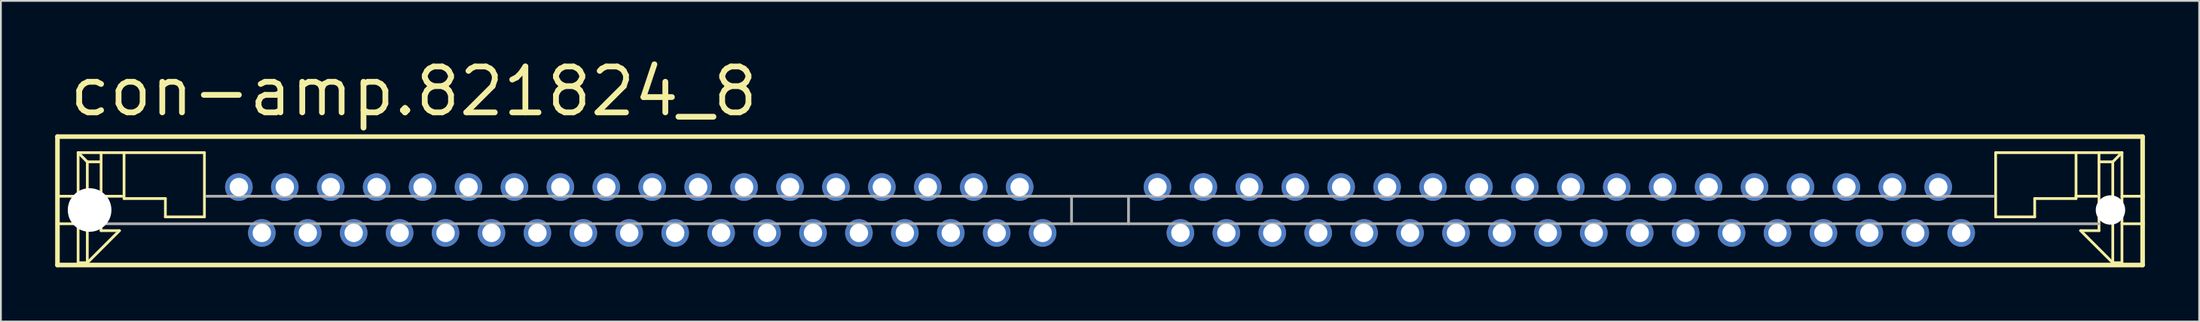
<source format=kicad_pcb>
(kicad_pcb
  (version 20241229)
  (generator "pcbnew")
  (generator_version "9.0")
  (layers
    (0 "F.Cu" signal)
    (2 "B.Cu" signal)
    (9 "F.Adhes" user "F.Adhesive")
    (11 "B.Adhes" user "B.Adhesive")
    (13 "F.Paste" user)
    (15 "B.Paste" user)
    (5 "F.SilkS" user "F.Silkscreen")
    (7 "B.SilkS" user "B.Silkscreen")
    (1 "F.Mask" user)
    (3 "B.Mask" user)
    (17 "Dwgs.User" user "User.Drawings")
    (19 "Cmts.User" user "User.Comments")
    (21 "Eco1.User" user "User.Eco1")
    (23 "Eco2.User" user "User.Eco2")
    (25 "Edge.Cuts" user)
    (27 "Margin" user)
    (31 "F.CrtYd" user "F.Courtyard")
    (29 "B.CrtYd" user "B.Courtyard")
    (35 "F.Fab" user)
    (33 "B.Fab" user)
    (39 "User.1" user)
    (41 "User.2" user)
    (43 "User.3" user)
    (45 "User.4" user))
  (footprint "con-amp.821824_8"
    (layer "F.Cu")
    (at 57.785 8.58)
    (property "Reference" "con-amp.821824_8" (at -57.15 -5.08 0) (layer "F.SilkS") (effects (font (size 2.54 2.54) (thickness 0.32)) (justify left bottom)))
    (attr through_hole)
    (fp_line (start -57.658 -4.064) (end 57.658 -4.064) (stroke (width 0.254) (type default)) (layer "F.SilkS"))
    (fp_line (start -57.658 -0.762) (end -56.515 -0.762) (stroke (width 0.152) (type default)) (layer "F.SilkS"))
    (fp_line (start -57.658 0.762) (end -56.515 0.762) (stroke (width 0.152) (type default)) (layer "F.SilkS"))
    (fp_line (start -57.658 3.048) (end -57.658 -4.064) (stroke (width 0.254) (type default)) (layer "F.SilkS"))
    (fp_line (start -56.515 -3.175) (end -56.515 2.921) (stroke (width 0.152) (type default)) (layer "F.SilkS"))
    (fp_line (start -56.515 -3.175) (end -56.007 -2.667) (stroke (width 0.152) (type default)) (layer "F.SilkS"))
    (fp_line (start -56.515 2.921) (end -56.007 2.921) (stroke (width 0.152) (type default)) (layer "F.SilkS"))
    (fp_line (start -56.007 -2.667) (end -56.007 2.921) (stroke (width 0.152) (type default)) (layer "F.SilkS"))
    (fp_line (start -56.007 2.921) (end -54.229 1.143) (stroke (width 0.152) (type default)) (layer "F.SilkS"))
    (fp_line (start -55.245 -3.175) (end -56.515 -3.175) (stroke (width 0.152) (type default)) (layer "F.SilkS"))
    (fp_line (start -55.245 -3.175) (end -53.975 -3.175) (stroke (width 0.152) (type default)) (layer "F.SilkS"))
    (fp_line (start -55.245 -2.667) (end -56.007 -2.667) (stroke (width 0.152) (type default)) (layer "F.SilkS"))
    (fp_line (start -55.245 -2.667) (end -55.245 -3.175) (stroke (width 0.152) (type default)) (layer "F.SilkS"))
    (fp_line (start -55.245 -0.762) (end -55.245 -2.667) (stroke (width 0.152) (type default)) (layer "F.SilkS"))
    (fp_line (start -55.245 -0.762) (end -54.102 -0.762) (stroke (width 0.152) (type default)) (layer "F.SilkS"))
    (fp_line (start -55.245 1.143) (end -55.245 -0.762) (stroke (width 0.152) (type default)) (layer "F.SilkS"))
    (fp_line (start -54.229 1.143) (end -55.245 1.143) (stroke (width 0.152) (type default)) (layer "F.SilkS"))
    (fp_line (start -53.975 -3.175) (end -53.975 -0.635) (stroke (width 0.152) (type default)) (layer "F.SilkS"))
    (fp_line (start -51.689 -0.635) (end -53.975 -0.635) (stroke (width 0.152) (type default)) (layer "F.SilkS"))
    (fp_line (start -51.689 0.381) (end -51.689 -0.635) (stroke (width 0.152) (type default)) (layer "F.SilkS"))
    (fp_line (start -51.689 0.381) (end -49.53 0.381) (stroke (width 0.152) (type default)) (layer "F.SilkS"))
    (fp_line (start -49.53 -3.175) (end -53.975 -3.175) (stroke (width 0.152) (type default)) (layer "F.SilkS"))
    (fp_line (start -49.53 0.381) (end -49.53 -3.175) (stroke (width 0.152) (type default)) (layer "F.SilkS"))
    (fp_line (start 49.53 -3.175) (end 53.975 -3.175) (stroke (width 0.152) (type default)) (layer "F.SilkS"))
    (fp_line (start 49.53 0.381) (end 49.53 -3.175) (stroke (width 0.152) (type default)) (layer "F.SilkS"))
    (fp_line (start 51.689 -0.635) (end 53.975 -0.635) (stroke (width 0.152) (type default)) (layer "F.SilkS"))
    (fp_line (start 51.689 0.381) (end 49.53 0.381) (stroke (width 0.152) (type default)) (layer "F.SilkS"))
    (fp_line (start 51.689 0.381) (end 51.689 -0.635) (stroke (width 0.152) (type default)) (layer "F.SilkS"))
    (fp_line (start 53.975 -3.175) (end 53.975 -0.762) (stroke (width 0.152) (type default)) (layer "F.SilkS"))
    (fp_line (start 53.975 -0.762) (end 53.975 -0.635) (stroke (width 0.152) (type default)) (layer "F.SilkS"))
    (fp_line (start 54.229 1.143) (end 55.245 1.143) (stroke (width 0.152) (type default)) (layer "F.SilkS"))
    (fp_line (start 55.118 -0.762) (end 53.975 -0.762) (stroke (width 0.152) (type default)) (layer "F.SilkS"))
    (fp_line (start 55.245 -3.175) (end 53.975 -3.175) (stroke (width 0.152) (type default)) (layer "F.SilkS"))
    (fp_line (start 55.245 -3.175) (end 56.515 -3.175) (stroke (width 0.152) (type default)) (layer "F.SilkS"))
    (fp_line (start 55.245 -2.667) (end 55.245 -3.175) (stroke (width 0.152) (type default)) (layer "F.SilkS"))
    (fp_line (start 55.245 -2.667) (end 56.007 -2.667) (stroke (width 0.152) (type default)) (layer "F.SilkS"))
    (fp_line (start 55.245 1.143) (end 55.245 -2.667) (stroke (width 0.152) (type default)) (layer "F.SilkS"))
    (fp_line (start 56.007 -2.667) (end 56.007 2.921) (stroke (width 0.152) (type default)) (layer "F.SilkS"))
    (fp_line (start 56.007 2.921) (end 54.229 1.143) (stroke (width 0.152) (type default)) (layer "F.SilkS"))
    (fp_line (start 56.515 -3.175) (end 56.007 -2.667) (stroke (width 0.152) (type default)) (layer "F.SilkS"))
    (fp_line (start 56.515 -3.175) (end 56.515 2.921) (stroke (width 0.152) (type default)) (layer "F.SilkS"))
    (fp_line (start 56.515 2.921) (end 56.007 2.921) (stroke (width 0.152) (type default)) (layer "F.SilkS"))
    (fp_line (start 57.658 -4.064) (end 57.658 -0.762) (stroke (width 0.254) (type default)) (layer "F.SilkS"))
    (fp_line (start 57.658 -0.762) (end 56.515 -0.762) (stroke (width 0.152) (type default)) (layer "F.SilkS"))
    (fp_line (start 57.658 -0.762) (end 57.658 0.762) (stroke (width 0.254) (type default)) (layer "F.SilkS"))
    (fp_line (start 57.658 0.762) (end 56.515 0.762) (stroke (width 0.152) (type default)) (layer "F.SilkS"))
    (fp_line (start 57.658 0.762) (end 57.658 3.048) (stroke (width 0.254) (type default)) (layer "F.SilkS"))
    (fp_line (start 57.658 3.048) (end -57.658 3.048) (stroke (width 0.254) (type default)) (layer "F.SilkS"))
    (fp_line (start -55.118 0.762) (end -1.575 0.762) (stroke (width 0.152) (type default)) (layer "F.Fab"))
    (fp_line (start -49.403 -0.762) (end -1.575 -0.762) (stroke (width 0.152) (type default)) (layer "F.Fab"))
    (fp_line (start -1.575 -0.762) (end 1.575 -0.762) (stroke (width 0.152) (type default)) (layer "F.Fab"))
    (fp_line (start -1.575 0.762) (end -1.575 -0.762) (stroke (width 0.152) (type default)) (layer "F.Fab"))
    (fp_line (start -1.575 0.762) (end 1.575 0.762) (stroke (width 0.152) (type default)) (layer "F.Fab"))
    (fp_line (start 1.575 0.762) (end 1.575 -0.762) (stroke (width 0.152) (type default)) (layer "F.Fab"))
    (fp_line (start 49.403 -0.762) (end 1.575 -0.762) (stroke (width 0.152) (type default)) (layer "F.Fab"))
    (fp_line (start 55.245 0.762) (end 1.575 0.762) (stroke (width 0.152) (type default)) (layer "F.Fab"))
    (pad "" np_thru_hole circle (at -55.88 0) (size 2.413 2.413) (drill 2.413) (layers "*.Cu" "*.Mask"))
    (pad "" np_thru_hole circle (at 55.88 0) (size 1.626 1.626) (drill 1.626) (layers "*.Cu" "*.Mask"))
    (pad "1" thru_hole circle (at 47.625 1.27) (size 1.524 1.524) (drill 1.016) (layers "*.Cu" "*.Mask"))
    (pad "2" thru_hole circle (at 46.355 -1.27) (size 1.524 1.524) (drill 1.016) (layers "*.Cu" "*.Mask"))
    (pad "3" thru_hole circle (at 45.085 1.27) (size 1.524 1.524) (drill 1.016) (layers "*.Cu" "*.Mask"))
    (pad "4" thru_hole circle (at 43.815 -1.27) (size 1.524 1.524) (drill 1.016) (layers "*.Cu" "*.Mask"))
    (pad "5" thru_hole circle (at 42.545 1.27) (size 1.524 1.524) (drill 1.016) (layers "*.Cu" "*.Mask"))
    (pad "6" thru_hole circle (at 41.275 -1.27) (size 1.524 1.524) (drill 1.016) (layers "*.Cu" "*.Mask"))
    (pad "7" thru_hole circle (at 40.005 1.27) (size 1.524 1.524) (drill 1.016) (layers "*.Cu" "*.Mask"))
    (pad "8" thru_hole circle (at 38.735 -1.27) (size 1.524 1.524) (drill 1.016) (layers "*.Cu" "*.Mask"))
    (pad "9" thru_hole circle (at 37.465 1.27) (size 1.524 1.524) (drill 1.016) (layers "*.Cu" "*.Mask"))
    (pad "10" thru_hole circle (at 36.195 -1.27) (size 1.524 1.524) (drill 1.016) (layers "*.Cu" "*.Mask"))
    (pad "11" thru_hole circle (at 34.925 1.27) (size 1.524 1.524) (drill 1.016) (layers "*.Cu" "*.Mask"))
    (pad "12" thru_hole circle (at 33.655 -1.27) (size 1.524 1.524) (drill 1.016) (layers "*.Cu" "*.Mask"))
    (pad "13" thru_hole circle (at 32.385 1.27) (size 1.524 1.524) (drill 1.016) (layers "*.Cu" "*.Mask"))
    (pad "14" thru_hole circle (at 31.115 -1.27) (size 1.524 1.524) (drill 1.016) (layers "*.Cu" "*.Mask"))
    (pad "15" thru_hole circle (at 29.845 1.27) (size 1.524 1.524) (drill 1.016) (layers "*.Cu" "*.Mask"))
    (pad "16" thru_hole circle (at 28.575 -1.27) (size 1.524 1.524) (drill 1.016) (layers "*.Cu" "*.Mask"))
    (pad "17" thru_hole circle (at 27.305 1.27) (size 1.524 1.524) (drill 1.016) (layers "*.Cu" "*.Mask"))
    (pad "18" thru_hole circle (at 26.035 -1.27) (size 1.524 1.524) (drill 1.016) (layers "*.Cu" "*.Mask"))
    (pad "19" thru_hole circle (at 24.765 1.27) (size 1.524 1.524) (drill 1.016) (layers "*.Cu" "*.Mask"))
    (pad "20" thru_hole circle (at 23.495 -1.27) (size 1.524 1.524) (drill 1.016) (layers "*.Cu" "*.Mask"))
    (pad "21" thru_hole circle (at 22.225 1.27) (size 1.524 1.524) (drill 1.016) (layers "*.Cu" "*.Mask"))
    (pad "22" thru_hole circle (at 20.955 -1.27) (size 1.524 1.524) (drill 1.016) (layers "*.Cu" "*.Mask"))
    (pad "23" thru_hole circle (at 19.685 1.27) (size 1.524 1.524) (drill 1.016) (layers "*.Cu" "*.Mask"))
    (pad "24" thru_hole circle (at 18.415 -1.27) (size 1.524 1.524) (drill 1.016) (layers "*.Cu" "*.Mask"))
    (pad "25" thru_hole circle (at 17.145 1.27) (size 1.524 1.524) (drill 1.016) (layers "*.Cu" "*.Mask"))
    (pad "26" thru_hole circle (at 15.875 -1.27) (size 1.524 1.524) (drill 1.016) (layers "*.Cu" "*.Mask"))
    (pad "27" thru_hole circle (at 14.605 1.27) (size 1.524 1.524) (drill 1.016) (layers "*.Cu" "*.Mask"))
    (pad "28" thru_hole circle (at 13.335 -1.27) (size 1.524 1.524) (drill 1.016) (layers "*.Cu" "*.Mask"))
    (pad "29" thru_hole circle (at 12.065 1.27) (size 1.524 1.524) (drill 1.016) (layers "*.Cu" "*.Mask"))
    (pad "30" thru_hole circle (at 10.795 -1.27) (size 1.524 1.524) (drill 1.016) (layers "*.Cu" "*.Mask"))
    (pad "31" thru_hole circle (at 9.525 1.27) (size 1.524 1.524) (drill 1.016) (layers "*.Cu" "*.Mask"))
    (pad "32" thru_hole circle (at 8.255 -1.27) (size 1.524 1.524) (drill 1.016) (layers "*.Cu" "*.Mask"))
    (pad "33" thru_hole circle (at 6.985 1.27) (size 1.524 1.524) (drill 1.016) (layers "*.Cu" "*.Mask"))
    (pad "34" thru_hole circle (at 5.715 -1.27) (size 1.524 1.524) (drill 1.016) (layers "*.Cu" "*.Mask"))
    (pad "35" thru_hole circle (at 4.445 1.27) (size 1.524 1.524) (drill 1.016) (layers "*.Cu" "*.Mask"))
    (pad "36" thru_hole circle (at 3.175 -1.27) (size 1.524 1.524) (drill 1.016) (layers "*.Cu" "*.Mask"))
    (pad "37" thru_hole circle (at -3.175 1.27) (size 1.524 1.524) (drill 1.016) (layers "*.Cu" "*.Mask"))
    (pad "38" thru_hole circle (at -4.445 -1.27) (size 1.524 1.524) (drill 1.016) (layers "*.Cu" "*.Mask"))
    (pad "39" thru_hole circle (at -5.715 1.27) (size 1.524 1.524) (drill 1.016) (layers "*.Cu" "*.Mask"))
    (pad "40" thru_hole circle (at -6.985 -1.27) (size 1.524 1.524) (drill 1.016) (layers "*.Cu" "*.Mask"))
    (pad "41" thru_hole circle (at -8.255 1.27) (size 1.524 1.524) (drill 1.016) (layers "*.Cu" "*.Mask"))
    (pad "42" thru_hole circle (at -9.525 -1.27) (size 1.524 1.524) (drill 1.016) (layers "*.Cu" "*.Mask"))
    (pad "43" thru_hole circle (at -10.795 1.27) (size 1.524 1.524) (drill 1.016) (layers "*.Cu" "*.Mask"))
    (pad "44" thru_hole circle (at -12.065 -1.27) (size 1.524 1.524) (drill 1.016) (layers "*.Cu" "*.Mask"))
    (pad "45" thru_hole circle (at -13.335 1.27) (size 1.524 1.524) (drill 1.016) (layers "*.Cu" "*.Mask"))
    (pad "46" thru_hole circle (at -14.605 -1.27) (size 1.524 1.524) (drill 1.016) (layers "*.Cu" "*.Mask"))
    (pad "47" thru_hole circle (at -15.875 1.27) (size 1.524 1.524) (drill 1.016) (layers "*.Cu" "*.Mask"))
    (pad "48" thru_hole circle (at -17.145 -1.27) (size 1.524 1.524) (drill 1.016) (layers "*.Cu" "*.Mask"))
    (pad "49" thru_hole circle (at -18.415 1.27) (size 1.524 1.524) (drill 1.016) (layers "*.Cu" "*.Mask"))
    (pad "50" thru_hole circle (at -19.685 -1.27) (size 1.524 1.524) (drill 1.016) (layers "*.Cu" "*.Mask"))
    (pad "51" thru_hole circle (at -20.955 1.27) (size 1.524 1.524) (drill 1.016) (layers "*.Cu" "*.Mask"))
    (pad "52" thru_hole circle (at -22.225 -1.27) (size 1.524 1.524) (drill 1.016) (layers "*.Cu" "*.Mask"))
    (pad "53" thru_hole circle (at -23.495 1.27) (size 1.524 1.524) (drill 1.016) (layers "*.Cu" "*.Mask"))
    (pad "54" thru_hole circle (at -24.765 -1.27) (size 1.524 1.524) (drill 1.016) (layers "*.Cu" "*.Mask"))
    (pad "55" thru_hole circle (at -26.035 1.27) (size 1.524 1.524) (drill 1.016) (layers "*.Cu" "*.Mask"))
    (pad "56" thru_hole circle (at -27.305 -1.27) (size 1.524 1.524) (drill 1.016) (layers "*.Cu" "*.Mask"))
    (pad "57" thru_hole circle (at -28.575 1.27) (size 1.524 1.524) (drill 1.016) (layers "*.Cu" "*.Mask"))
    (pad "58" thru_hole circle (at -29.845 -1.27) (size 1.524 1.524) (drill 1.016) (layers "*.Cu" "*.Mask"))
    (pad "59" thru_hole circle (at -31.115 1.27) (size 1.524 1.524) (drill 1.016) (layers "*.Cu" "*.Mask"))
    (pad "60" thru_hole circle (at -32.385 -1.27) (size 1.524 1.524) (drill 1.016) (layers "*.Cu" "*.Mask"))
    (pad "61" thru_hole circle (at -33.655 1.27) (size 1.524 1.524) (drill 1.016) (layers "*.Cu" "*.Mask"))
    (pad "62" thru_hole circle (at -34.925 -1.27) (size 1.524 1.524) (drill 1.016) (layers "*.Cu" "*.Mask"))
    (pad "63" thru_hole circle (at -36.195 1.27) (size 1.524 1.524) (drill 1.016) (layers "*.Cu" "*.Mask"))
    (pad "64" thru_hole circle (at -37.465 -1.27) (size 1.524 1.524) (drill 1.016) (layers "*.Cu" "*.Mask"))
    (pad "65" thru_hole circle (at -38.735 1.27) (size 1.524 1.524) (drill 1.016) (layers "*.Cu" "*.Mask"))
    (pad "66" thru_hole circle (at -40.005 -1.27) (size 1.524 1.524) (drill 1.016) (layers "*.Cu" "*.Mask"))
    (pad "67" thru_hole circle (at -41.275 1.27) (size 1.524 1.524) (drill 1.016) (layers "*.Cu" "*.Mask"))
    (pad "68" thru_hole circle (at -42.545 -1.27) (size 1.524 1.524) (drill 1.016) (layers "*.Cu" "*.Mask"))
    (pad "69" thru_hole circle (at -43.815 1.27) (size 1.524 1.524) (drill 1.016) (layers "*.Cu" "*.Mask"))
    (pad "70" thru_hole circle (at -45.085 -1.27) (size 1.524 1.524) (drill 1.016) (layers "*.Cu" "*.Mask"))
    (pad "71" thru_hole circle (at -46.355 1.27) (size 1.524 1.524) (drill 1.016) (layers "*.Cu" "*.Mask"))
    (pad "72" thru_hole circle (at -47.625 -1.27) (size 1.524 1.524) (drill 1.016) (layers "*.Cu" "*.Mask")))
  (gr_rect
    (start -3 -3)
    (end 118.57 14.755)
    (stroke (width 0.1) (type default))
    (fill no)
    (layer "Edge.Cuts")))
</source>
